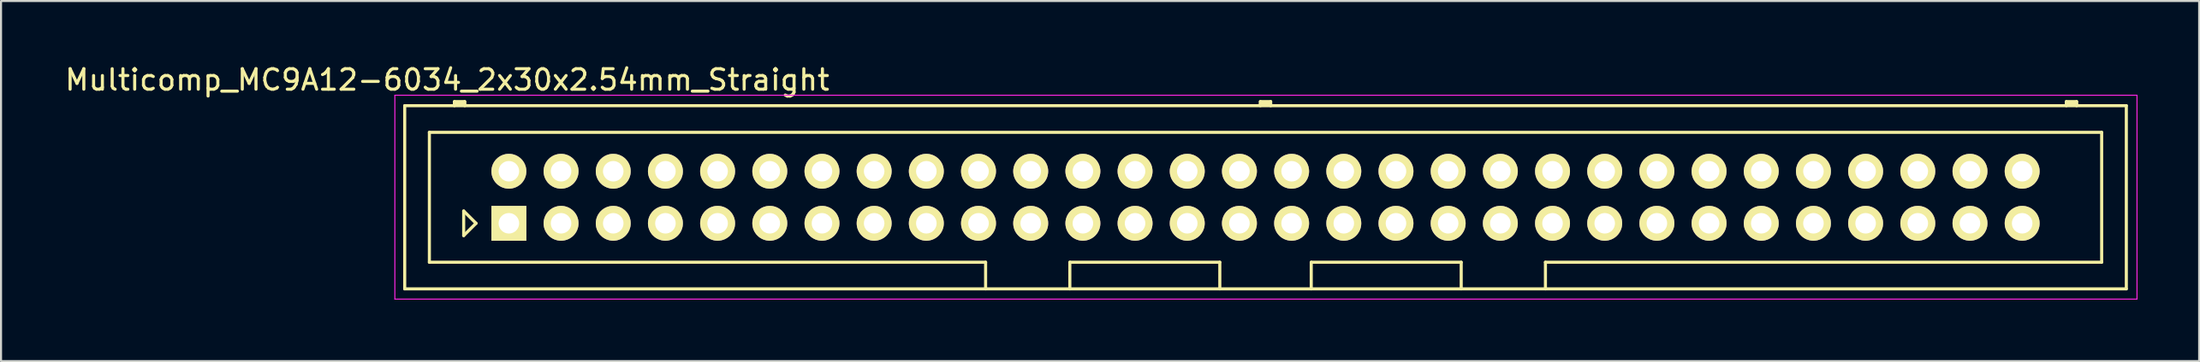
<source format=kicad_pcb>
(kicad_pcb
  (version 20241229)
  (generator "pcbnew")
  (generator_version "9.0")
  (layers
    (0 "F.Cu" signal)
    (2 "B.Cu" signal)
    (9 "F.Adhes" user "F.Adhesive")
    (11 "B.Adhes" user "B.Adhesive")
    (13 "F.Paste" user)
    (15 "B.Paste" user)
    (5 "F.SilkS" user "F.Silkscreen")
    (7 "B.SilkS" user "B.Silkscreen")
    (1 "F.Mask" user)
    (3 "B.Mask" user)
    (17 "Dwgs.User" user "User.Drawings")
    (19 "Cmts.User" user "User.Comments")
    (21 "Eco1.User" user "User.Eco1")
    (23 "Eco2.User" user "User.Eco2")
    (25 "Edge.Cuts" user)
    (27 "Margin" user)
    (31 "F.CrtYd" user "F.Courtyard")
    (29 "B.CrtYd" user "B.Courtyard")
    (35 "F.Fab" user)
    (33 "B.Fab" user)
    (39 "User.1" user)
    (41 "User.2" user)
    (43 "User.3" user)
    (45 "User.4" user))
  (footprint "Multicomp_MC9A12-6034_2x30x2.54mm_Straight"
    (layer "F.Cu")
    (at 21.72 7.848)
    (property "Reference" "Multicomp_MC9A12-6034_2x30x2.54mm_Straight" (at -3 -7 0) (layer "F.SilkS") (effects (font (size 1 1) (thickness 0.15))))
    (attr through_hole)
    (fp_line (start -5.07 -5.74) (end 78.73 -5.74) (stroke (width 0.15) (type solid)) (layer "F.SilkS"))
    (fp_line (start -5.07 3.2) (end -5.07 -5.74) (stroke (width 0.15) (type solid)) (layer "F.SilkS"))
    (fp_line (start -3.87 -4.44) (end 77.53 -4.44) (stroke (width 0.15) (type solid)) (layer "F.SilkS"))
    (fp_line (start -3.87 1.9) (end -3.87 -4.44) (stroke (width 0.15) (type solid)) (layer "F.SilkS"))
    (fp_line (start -2.65 -5.94) (end -2.15 -5.94) (stroke (width 0.15) (type solid)) (layer "F.SilkS"))
    (fp_line (start -2.65 -5.84) (end -2.15 -5.84) (stroke (width 0.15) (type solid)) (layer "F.SilkS"))
    (fp_line (start -2.65 -5.74) (end -2.65 -5.94) (stroke (width 0.15) (type solid)) (layer "F.SilkS"))
    (fp_line (start -2.2 -0.6) (end -1.6 0) (stroke (width 0.15) (type solid)) (layer "F.SilkS"))
    (fp_line (start -2.2 0.6) (end -2.2 -0.6) (stroke (width 0.15) (type solid)) (layer "F.SilkS"))
    (fp_line (start -2.15 -5.94) (end -2.15 -5.74) (stroke (width 0.15) (type solid)) (layer "F.SilkS"))
    (fp_line (start -1.6 0) (end -2.2 0.6) (stroke (width 0.15) (type solid)) (layer "F.SilkS"))
    (fp_line (start 23.205 1.9) (end -3.87 1.9) (stroke (width 0.15) (type solid)) (layer "F.SilkS"))
    (fp_line (start 23.205 3.2) (end 23.205 1.9) (stroke (width 0.15) (type solid)) (layer "F.SilkS"))
    (fp_line (start 27.305 1.9) (end 34.605 1.9) (stroke (width 0.15) (type solid)) (layer "F.SilkS"))
    (fp_line (start 27.305 3.2) (end 27.305 1.9) (stroke (width 0.15) (type solid)) (layer "F.SilkS"))
    (fp_line (start 34.605 1.9) (end 34.605 3.2) (stroke (width 0.15) (type solid)) (layer "F.SilkS"))
    (fp_line (start 36.58 -5.94) (end 37.08 -5.94) (stroke (width 0.15) (type solid)) (layer "F.SilkS"))
    (fp_line (start 36.58 -5.84) (end 37.08 -5.84) (stroke (width 0.15) (type solid)) (layer "F.SilkS"))
    (fp_line (start 36.58 -5.74) (end 36.58 -5.94) (stroke (width 0.15) (type solid)) (layer "F.SilkS"))
    (fp_line (start 37.08 -5.94) (end 37.08 -5.74) (stroke (width 0.15) (type solid)) (layer "F.SilkS"))
    (fp_line (start 39.055 1.9) (end 39.055 3.2) (stroke (width 0.15) (type solid)) (layer "F.SilkS"))
    (fp_line (start 46.355 1.9) (end 39.055 1.9) (stroke (width 0.15) (type solid)) (layer "F.SilkS"))
    (fp_line (start 46.355 3.2) (end 46.355 1.9) (stroke (width 0.15) (type solid)) (layer "F.SilkS"))
    (fp_line (start 50.455 1.9) (end 50.455 3.2) (stroke (width 0.15) (type solid)) (layer "F.SilkS"))
    (fp_line (start 75.81 -5.94) (end 76.31 -5.94) (stroke (width 0.15) (type solid)) (layer "F.SilkS"))
    (fp_line (start 75.81 -5.84) (end 76.31 -5.84) (stroke (width 0.15) (type solid)) (layer "F.SilkS"))
    (fp_line (start 75.81 -5.74) (end 75.81 -5.94) (stroke (width 0.15) (type solid)) (layer "F.SilkS"))
    (fp_line (start 76.31 -5.94) (end 76.31 -5.74) (stroke (width 0.15) (type solid)) (layer "F.SilkS"))
    (fp_line (start 77.53 -4.44) (end 77.53 1.9) (stroke (width 0.15) (type solid)) (layer "F.SilkS"))
    (fp_line (start 77.53 1.9) (end 50.455 1.9) (stroke (width 0.15) (type solid)) (layer "F.SilkS"))
    (fp_line (start 78.73 -5.74) (end 78.73 3.2) (stroke (width 0.15) (type solid)) (layer "F.SilkS"))
    (fp_line (start 78.73 3.2) (end -5.07 3.2) (stroke (width 0.15) (type solid)) (layer "F.SilkS"))
    (fp_line (start -5.55 -6.25) (end 79.25 -6.25) (stroke (width 0.05) (type solid)) (layer "F.CrtYd"))
    (fp_line (start -5.55 3.7) (end -5.55 -6.25) (stroke (width 0.05) (type solid)) (layer "F.CrtYd"))
    (fp_line (start 79.25 -6.25) (end 79.25 3.7) (stroke (width 0.05) (type solid)) (layer "F.CrtYd"))
    (fp_line (start 79.25 3.7) (end -5.55 3.7) (stroke (width 0.05) (type solid)) (layer "F.CrtYd"))
    (pad "1" thru_hole rect (at 0 0) (size 1.7 1.7) (drill 1) (layers "*.Cu" "*.Mask" "F.SilkS"))
    (pad "2" thru_hole circle (at 0 -2.54) (size 1.7 1.7) (drill 1) (layers "*.Cu" "*.Mask" "F.SilkS"))
    (pad "3" thru_hole circle (at 2.54 0) (size 1.7 1.7) (drill 1) (layers "*.Cu" "*.Mask" "F.SilkS"))
    (pad "4" thru_hole circle (at 2.54 -2.54) (size 1.7 1.7) (drill 1) (layers "*.Cu" "*.Mask" "F.SilkS"))
    (pad "5" thru_hole circle (at 5.08 0) (size 1.7 1.7) (drill 1) (layers "*.Cu" "*.Mask" "F.SilkS"))
    (pad "6" thru_hole circle (at 5.08 -2.54) (size 1.7 1.7) (drill 1) (layers "*.Cu" "*.Mask" "F.SilkS"))
    (pad "7" thru_hole circle (at 7.62 0) (size 1.7 1.7) (drill 1) (layers "*.Cu" "*.Mask" "F.SilkS"))
    (pad "8" thru_hole circle (at 7.62 -2.54) (size 1.7 1.7) (drill 1) (layers "*.Cu" "*.Mask" "F.SilkS"))
    (pad "9" thru_hole circle (at 10.16 0) (size 1.7 1.7) (drill 1) (layers "*.Cu" "*.Mask" "F.SilkS"))
    (pad "10" thru_hole circle (at 10.16 -2.54) (size 1.7 1.7) (drill 1) (layers "*.Cu" "*.Mask" "F.SilkS"))
    (pad "11" thru_hole circle (at 12.7 0) (size 1.7 1.7) (drill 1) (layers "*.Cu" "*.Mask" "F.SilkS"))
    (pad "12" thru_hole circle (at 12.7 -2.54) (size 1.7 1.7) (drill 1) (layers "*.Cu" "*.Mask" "F.SilkS"))
    (pad "13" thru_hole circle (at 15.24 0) (size 1.7 1.7) (drill 1) (layers "*.Cu" "*.Mask" "F.SilkS"))
    (pad "14" thru_hole circle (at 15.24 -2.54) (size 1.7 1.7) (drill 1) (layers "*.Cu" "*.Mask" "F.SilkS"))
    (pad "15" thru_hole circle (at 17.78 0) (size 1.7 1.7) (drill 1) (layers "*.Cu" "*.Mask" "F.SilkS"))
    (pad "16" thru_hole circle (at 17.78 -2.54) (size 1.7 1.7) (drill 1) (layers "*.Cu" "*.Mask" "F.SilkS"))
    (pad "17" thru_hole circle (at 20.32 0) (size 1.7 1.7) (drill 1) (layers "*.Cu" "*.Mask" "F.SilkS"))
    (pad "18" thru_hole circle (at 20.32 -2.54) (size 1.7 1.7) (drill 1) (layers "*.Cu" "*.Mask" "F.SilkS"))
    (pad "19" thru_hole circle (at 22.86 0) (size 1.7 1.7) (drill 1) (layers "*.Cu" "*.Mask" "F.SilkS"))
    (pad "20" thru_hole circle (at 22.86 -2.54) (size 1.7 1.7) (drill 1) (layers "*.Cu" "*.Mask" "F.SilkS"))
    (pad "21" thru_hole circle (at 25.4 0) (size 1.7 1.7) (drill 1) (layers "*.Cu" "*.Mask" "F.SilkS"))
    (pad "22" thru_hole circle (at 25.4 -2.54) (size 1.7 1.7) (drill 1) (layers "*.Cu" "*.Mask" "F.SilkS"))
    (pad "23" thru_hole circle (at 27.94 0) (size 1.7 1.7) (drill 1) (layers "*.Cu" "*.Mask" "F.SilkS"))
    (pad "24" thru_hole circle (at 27.94 -2.54) (size 1.7 1.7) (drill 1) (layers "*.Cu" "*.Mask" "F.SilkS"))
    (pad "25" thru_hole circle (at 30.48 0) (size 1.7 1.7) (drill 1) (layers "*.Cu" "*.Mask" "F.SilkS"))
    (pad "26" thru_hole circle (at 30.48 -2.54) (size 1.7 1.7) (drill 1) (layers "*.Cu" "*.Mask" "F.SilkS"))
    (pad "27" thru_hole circle (at 33.02 0) (size 1.7 1.7) (drill 1) (layers "*.Cu" "*.Mask" "F.SilkS"))
    (pad "28" thru_hole circle (at 33.02 -2.54) (size 1.7 1.7) (drill 1) (layers "*.Cu" "*.Mask" "F.SilkS"))
    (pad "29" thru_hole circle (at 35.56 0) (size 1.7 1.7) (drill 1) (layers "*.Cu" "*.Mask" "F.SilkS"))
    (pad "30" thru_hole circle (at 35.56 -2.54) (size 1.7 1.7) (drill 1) (layers "*.Cu" "*.Mask" "F.SilkS"))
    (pad "31" thru_hole circle (at 38.1 0) (size 1.7 1.7) (drill 1) (layers "*.Cu" "*.Mask" "F.SilkS"))
    (pad "32" thru_hole circle (at 38.1 -2.54) (size 1.7 1.7) (drill 1) (layers "*.Cu" "*.Mask" "F.SilkS"))
    (pad "33" thru_hole circle (at 40.64 0) (size 1.7 1.7) (drill 1) (layers "*.Cu" "*.Mask" "F.SilkS"))
    (pad "34" thru_hole circle (at 40.64 -2.54) (size 1.7 1.7) (drill 1) (layers "*.Cu" "*.Mask" "F.SilkS"))
    (pad "35" thru_hole circle (at 43.18 0) (size 1.7 1.7) (drill 1) (layers "*.Cu" "*.Mask" "F.SilkS"))
    (pad "36" thru_hole circle (at 43.18 -2.54) (size 1.7 1.7) (drill 1) (layers "*.Cu" "*.Mask" "F.SilkS"))
    (pad "37" thru_hole circle (at 45.72 0) (size 1.7 1.7) (drill 1) (layers "*.Cu" "*.Mask" "F.SilkS"))
    (pad "38" thru_hole circle (at 45.72 -2.54) (size 1.7 1.7) (drill 1) (layers "*.Cu" "*.Mask" "F.SilkS"))
    (pad "39" thru_hole circle (at 48.26 0) (size 1.7 1.7) (drill 1) (layers "*.Cu" "*.Mask" "F.SilkS"))
    (pad "40" thru_hole circle (at 48.26 -2.54) (size 1.7 1.7) (drill 1) (layers "*.Cu" "*.Mask" "F.SilkS"))
    (pad "41" thru_hole circle (at 50.8 0) (size 1.7 1.7) (drill 1) (layers "*.Cu" "*.Mask" "F.SilkS"))
    (pad "42" thru_hole circle (at 50.8 -2.54) (size 1.7 1.7) (drill 1) (layers "*.Cu" "*.Mask" "F.SilkS"))
    (pad "43" thru_hole circle (at 53.34 0) (size 1.7 1.7) (drill 1) (layers "*.Cu" "*.Mask" "F.SilkS"))
    (pad "44" thru_hole circle (at 53.34 -2.54) (size 1.7 1.7) (drill 1) (layers "*.Cu" "*.Mask" "F.SilkS"))
    (pad "45" thru_hole circle (at 55.88 0) (size 1.7 1.7) (drill 1) (layers "*.Cu" "*.Mask" "F.SilkS"))
    (pad "46" thru_hole circle (at 55.88 -2.54) (size 1.7 1.7) (drill 1) (layers "*.Cu" "*.Mask" "F.SilkS"))
    (pad "47" thru_hole circle (at 58.42 0) (size 1.7 1.7) (drill 1) (layers "*.Cu" "*.Mask" "F.SilkS"))
    (pad "48" thru_hole circle (at 58.42 -2.54) (size 1.7 1.7) (drill 1) (layers "*.Cu" "*.Mask" "F.SilkS"))
    (pad "49" thru_hole circle (at 60.96 0) (size 1.7 1.7) (drill 1) (layers "*.Cu" "*.Mask" "F.SilkS"))
    (pad "50" thru_hole circle (at 60.96 -2.54) (size 1.7 1.7) (drill 1) (layers "*.Cu" "*.Mask" "F.SilkS"))
    (pad "51" thru_hole circle (at 63.5 0) (size 1.7 1.7) (drill 1) (layers "*.Cu" "*.Mask" "F.SilkS"))
    (pad "52" thru_hole circle (at 63.5 -2.54) (size 1.7 1.7) (drill 1) (layers "*.Cu" "*.Mask" "F.SilkS"))
    (pad "53" thru_hole circle (at 66.04 0) (size 1.7 1.7) (drill 1) (layers "*.Cu" "*.Mask" "F.SilkS"))
    (pad "54" thru_hole circle (at 66.04 -2.54) (size 1.7 1.7) (drill 1) (layers "*.Cu" "*.Mask" "F.SilkS"))
    (pad "55" thru_hole circle (at 68.58 0) (size 1.7 1.7) (drill 1) (layers "*.Cu" "*.Mask" "F.SilkS"))
    (pad "56" thru_hole circle (at 68.58 -2.54) (size 1.7 1.7) (drill 1) (layers "*.Cu" "*.Mask" "F.SilkS"))
    (pad "57" thru_hole circle (at 71.12 0) (size 1.7 1.7) (drill 1) (layers "*.Cu" "*.Mask" "F.SilkS"))
    (pad "58" thru_hole circle (at 71.12 -2.54) (size 1.7 1.7) (drill 1) (layers "*.Cu" "*.Mask" "F.SilkS"))
    (pad "59" thru_hole circle (at 73.66 0) (size 1.7 1.7) (drill 1) (layers "*.Cu" "*.Mask" "F.SilkS"))
    (pad "60" thru_hole circle (at 73.66 -2.54) (size 1.7 1.7) (drill 1) (layers "*.Cu" "*.Mask" "F.SilkS")))
  (gr_rect
    (start -3 -3)
    (end 103.995 14.573)
    (stroke (width 0.1) (type default))
    (fill no)
    (layer "Edge.Cuts")))
</source>
